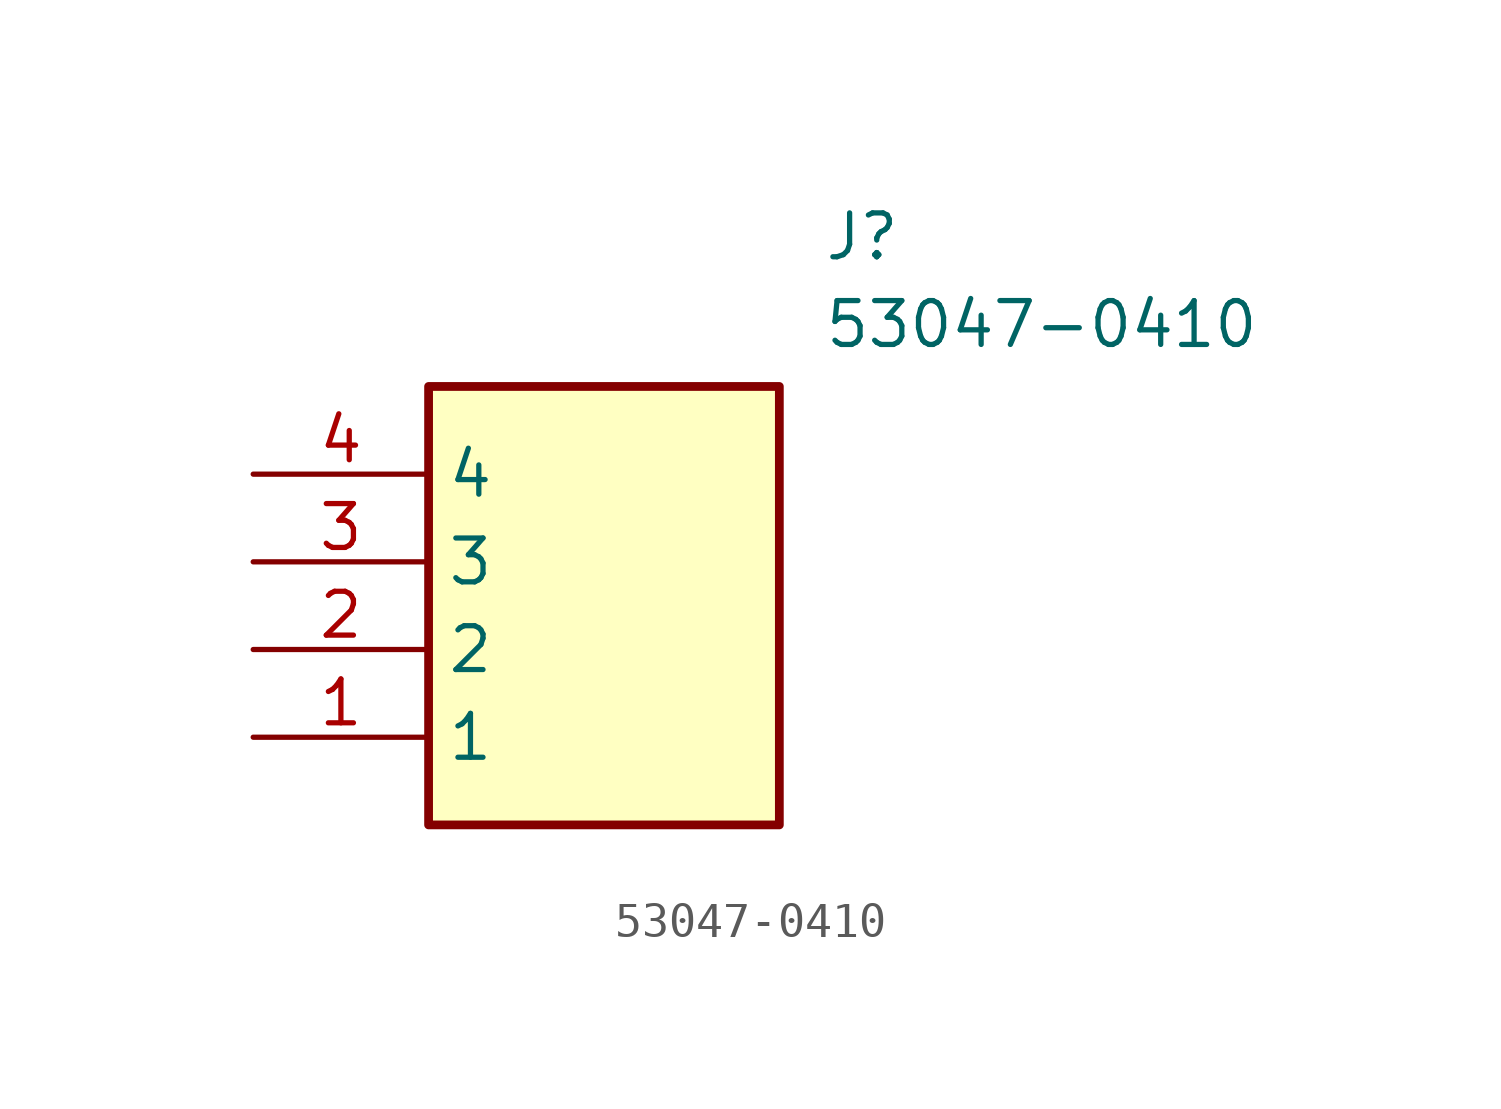
<source format=kicad_sym>
(kicad_symbol_lib
  (version 20211014)
  (generator SamacSys_ECAD_Model)
  (symbol "53047-0410"
    (property "Reference" "J"
      (at 16.51 7.62 0)
      (effects (font (size 1.27 1.27)) (justify left top)))
    (property "Value" "53047-0410"
      (at 16.51 5.08 0)
      (effects (font (size 1.27 1.27)) (justify left top)))
    (rectangle
      (start 5.08 2.54)
      (end 15.24 -10.16)
      (stroke (width 0.254) (type default))
      (fill (type background)))
    (pin passive line
      (at 0 -7.62 0)
      (length 5.08)
      (name "1" (effects (font (size 1.27 1.27))))
      (number "1" (effects (font (size 1.27 1.27)))))
    (pin passive line
      (at 0 -5.08 0)
      (length 5.08)
      (name "2" (effects (font (size 1.27 1.27))))
      (number "2" (effects (font (size 1.27 1.27)))))
    (pin passive line
      (at 0 -2.54 0)
      (length 5.08)
      (name "3" (effects (font (size 1.27 1.27))))
      (number "3" (effects (font (size 1.27 1.27)))))
    (pin passive line
      (at 0 0 0)
      (length 5.08)
      (name "4" (effects (font (size 1.27 1.27))))
      (number "4" (effects (font (size 1.27 1.27)))))))
</source>
